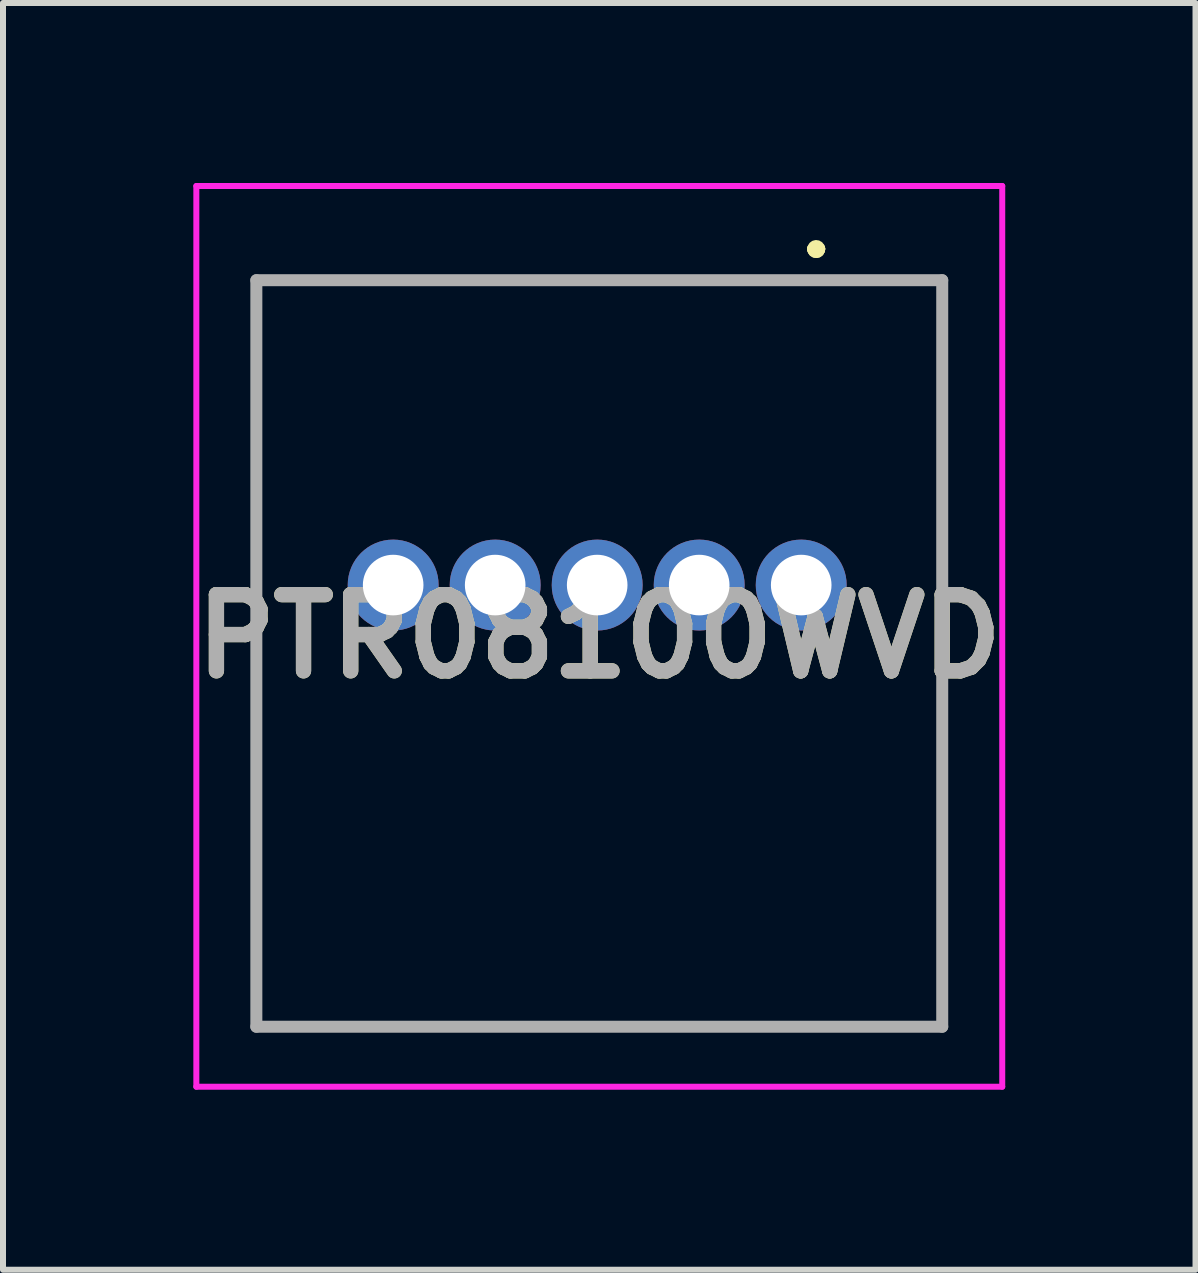
<source format=kicad_pcb>
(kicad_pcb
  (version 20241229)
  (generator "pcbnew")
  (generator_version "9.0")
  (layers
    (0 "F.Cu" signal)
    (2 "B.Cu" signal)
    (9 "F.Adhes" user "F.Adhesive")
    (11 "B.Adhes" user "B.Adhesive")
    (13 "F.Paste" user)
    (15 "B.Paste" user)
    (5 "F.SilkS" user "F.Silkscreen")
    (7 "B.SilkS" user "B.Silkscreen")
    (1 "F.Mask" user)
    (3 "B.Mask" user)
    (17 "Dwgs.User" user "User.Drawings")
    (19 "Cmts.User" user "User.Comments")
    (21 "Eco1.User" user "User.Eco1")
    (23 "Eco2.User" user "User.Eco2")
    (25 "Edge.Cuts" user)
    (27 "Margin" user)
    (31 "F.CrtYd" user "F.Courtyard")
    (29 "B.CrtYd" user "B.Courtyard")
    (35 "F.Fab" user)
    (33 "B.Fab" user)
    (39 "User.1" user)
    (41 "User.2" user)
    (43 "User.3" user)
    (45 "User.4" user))
  (footprint "PTR08100WVD"
    (layer "F.Cu")
    (at 10.302 6.7)
    (property "Reference" "PTR08100WVD" (at -3.365 0.855 0) (layer "F.SilkS") (effects (font (size 1.27 1.27) (thickness 0.254))))
    (attr through_hole)
    (fp_line (start -9.08 -5.08) (end 2.35 -5.08) (stroke (width 0.1) (type solid)) (layer "F.SilkS"))
    (fp_line (start -9.08 7.36) (end -9.08 -5.08) (stroke (width 0.1) (type solid)) (layer "F.SilkS"))
    (fp_line (start 0.2 -5.6) (end 0.2 -5.6) (stroke (width 0.2) (type solid)) (layer "F.SilkS"))
    (fp_line (start 0.2 -5.6) (end 0.2 -5.6) (stroke (width 0.2) (type solid)) (layer "F.SilkS"))
    (fp_line (start 0.3 -5.6) (end 0.3 -5.6) (stroke (width 0.2) (type solid)) (layer "F.SilkS"))
    (fp_line (start 2.35 -5.08) (end 2.35 7.36) (stroke (width 0.1) (type solid)) (layer "F.SilkS"))
    (fp_line (start 2.35 7.36) (end -9.08 7.36) (stroke (width 0.1) (type solid)) (layer "F.SilkS"))
    (fp_arc (start 0.2 -5.6) (mid 0.25 -5.65) (end 0.3 -5.6) (stroke (width 0.2) (type solid)) (layer "F.SilkS"))
    (fp_arc (start 0.3 -5.6) (mid 0.25 -5.55) (end 0.2 -5.6) (stroke (width 0.2) (type solid)) (layer "F.SilkS"))
    (fp_arc (start 0.3 -5.6) (mid 0.25 -5.55) (end 0.2 -5.6) (stroke (width 0.2) (type solid)) (layer "F.SilkS"))
    (fp_line (start -10.08 -6.65) (end 3.35 -6.65) (stroke (width 0.1) (type solid)) (layer "F.CrtYd"))
    (fp_line (start -10.08 8.36) (end -10.08 -6.65) (stroke (width 0.1) (type solid)) (layer "F.CrtYd"))
    (fp_line (start 3.35 -6.65) (end 3.35 8.36) (stroke (width 0.1) (type solid)) (layer "F.CrtYd"))
    (fp_line (start 3.35 8.36) (end -10.08 8.36) (stroke (width 0.1) (type solid)) (layer "F.CrtYd"))
    (fp_line (start -9.08 -5.08) (end -9.08 7.36) (stroke (width 0.2) (type solid)) (layer "F.Fab"))
    (fp_line (start -9.08 7.36) (end 2.35 7.36) (stroke (width 0.2) (type solid)) (layer "F.Fab"))
    (fp_line (start 2.35 -5.08) (end -9.08 -5.08) (stroke (width 0.2) (type solid)) (layer "F.Fab"))
    (fp_line (start 2.35 7.36) (end 2.35 -5.08) (stroke (width 0.2) (type solid)) (layer "F.Fab"))
    (fp_text user "${REFERENCE}" (at -3.365 0.855 0) (layer "F.Fab") (effects (font (size 1.27 1.27) (thickness 0.254))))
    (pad "1" thru_hole circle (at 0 0) (size 1.515 1.515) (drill 1.01) (layers "*.Cu" "*.Mask"))
    (pad "2" thru_hole circle (at -1.7 0) (size 1.515 1.515) (drill 1.01) (layers "*.Cu" "*.Mask"))
    (pad "3" thru_hole circle (at -3.4 0) (size 1.515 1.515) (drill 1.01) (layers "*.Cu" "*.Mask"))
    (pad "4" thru_hole circle (at -5.1 0) (size 1.515 1.515) (drill 1.01) (layers "*.Cu" "*.Mask"))
    (pad "5" thru_hole circle (at -6.8 0) (size 1.515 1.515) (drill 1.01) (layers "*.Cu" "*.Mask")))
  (gr_rect
    (start -3 -3)
    (end 16.873 18.11)
    (stroke (width 0.1) (type default))
    (fill no)
    (layer "Edge.Cuts")))
</source>
